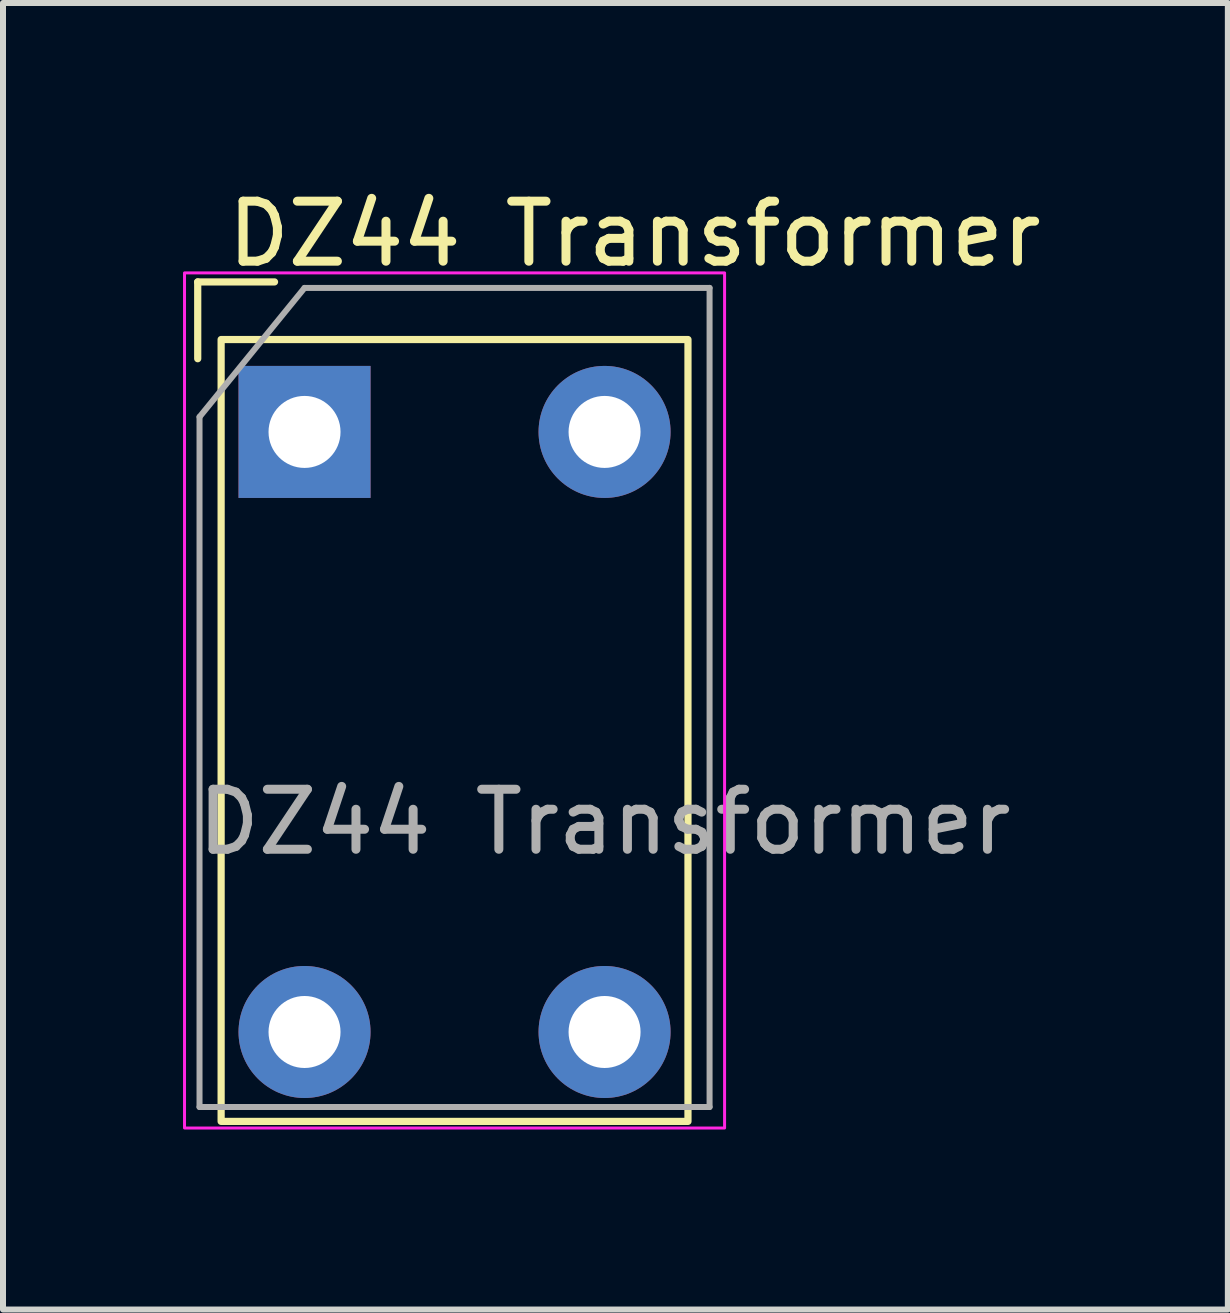
<source format=kicad_pcb>
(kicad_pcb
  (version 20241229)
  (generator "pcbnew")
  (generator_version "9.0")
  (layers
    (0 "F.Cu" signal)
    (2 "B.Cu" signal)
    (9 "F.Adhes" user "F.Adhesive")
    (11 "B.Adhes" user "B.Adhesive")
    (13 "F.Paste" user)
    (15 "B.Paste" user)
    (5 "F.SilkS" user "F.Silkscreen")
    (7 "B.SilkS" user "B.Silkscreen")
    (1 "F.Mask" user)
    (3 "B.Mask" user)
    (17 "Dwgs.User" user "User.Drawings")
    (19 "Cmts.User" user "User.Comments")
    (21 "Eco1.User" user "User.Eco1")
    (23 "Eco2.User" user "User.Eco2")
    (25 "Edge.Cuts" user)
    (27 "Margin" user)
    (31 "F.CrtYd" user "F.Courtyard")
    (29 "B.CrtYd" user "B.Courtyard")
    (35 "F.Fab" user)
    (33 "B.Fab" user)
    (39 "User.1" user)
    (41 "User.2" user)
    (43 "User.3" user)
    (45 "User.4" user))
  (footprint "DZ44 Transformer"
    (layer "F.Cu")
    (at 2.025 4.148)
    (property "Reference" "DZ44 Transformer" (at 5.5 -3.3 0) (layer "F.SilkS") (effects (font (size 1 1) (thickness 0.15))))
    (attr through_hole)
    (fp_line (start -1.78 -2.5) (end -0.5 -2.5) (stroke (width 0.12) (type default)) (layer "F.SilkS"))
    (fp_line (start -1.78 -1.22) (end -1.78 -2.5) (stroke (width 0.12) (type default)) (layer "F.SilkS"))
    (fp_rect (start -1.39 -1.54) (end 6.39 11.49) (stroke (width 0.12) (type default)) (fill no) (layer "F.SilkS"))
    (fp_rect (start -2 -2.65) (end 7 11.6) (stroke (width 0.05) (type default)) (fill no) (layer "F.CrtYd"))
    (fp_line (start -1.75 -0.25) (end 0 -2.4) (stroke (width 0.1) (type default)) (layer "F.Fab"))
    (fp_line (start -1.75 11.25) (end -1.75 -0.25) (stroke (width 0.1) (type default)) (layer "F.Fab"))
    (fp_line (start 0 -2.4) (end 6.75 -2.4) (stroke (width 0.1) (type default)) (layer "F.Fab"))
    (fp_line (start 6.75 -2.4) (end 6.75 11.25) (stroke (width 0.1) (type default)) (layer "F.Fab"))
    (fp_line (start 6.75 11.25) (end -1.75 11.25) (stroke (width 0.1) (type default)) (layer "F.Fab"))
    (fp_text user "${REFERENCE}" (at 5 6.5 0) (layer "F.Fab") (effects (font (size 1 1) (thickness 0.15))))
    (pad "1" thru_hole rect (at 0 0) (size 2.2 2.2) (drill 1.2) (layers "*.Cu" "*.Mask"))
    (pad "2" thru_hole circle (at 0 10) (size 2.2 2.2) (drill 1.2) (layers "*.Cu" "*.Mask"))
    (pad "3" thru_hole circle (at 5 10) (size 2.2 2.2) (drill 1.2) (layers "*.Cu" "*.Mask"))
    (pad "4" thru_hole circle (at 5 0) (size 2.2 2.2) (drill 1.2) (layers "*.Cu" "*.Mask")))
  (gr_rect
    (start -3 -3)
    (end 17.412 18.773)
    (stroke (width 0.1) (type default))
    (fill no)
    (layer "Edge.Cuts")))
</source>
